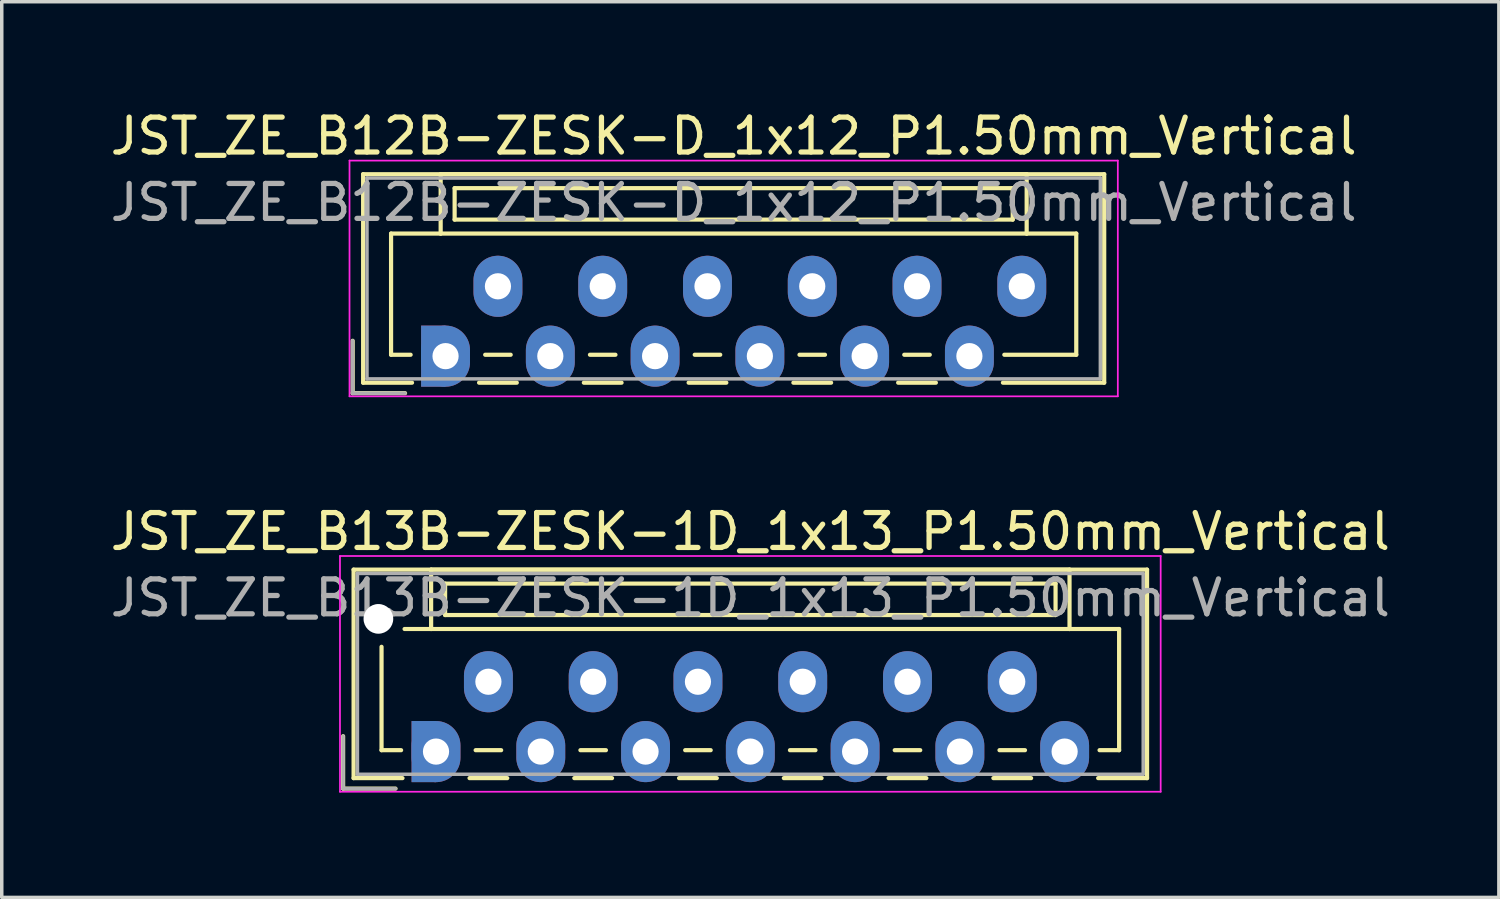
<source format=kicad_pcb>
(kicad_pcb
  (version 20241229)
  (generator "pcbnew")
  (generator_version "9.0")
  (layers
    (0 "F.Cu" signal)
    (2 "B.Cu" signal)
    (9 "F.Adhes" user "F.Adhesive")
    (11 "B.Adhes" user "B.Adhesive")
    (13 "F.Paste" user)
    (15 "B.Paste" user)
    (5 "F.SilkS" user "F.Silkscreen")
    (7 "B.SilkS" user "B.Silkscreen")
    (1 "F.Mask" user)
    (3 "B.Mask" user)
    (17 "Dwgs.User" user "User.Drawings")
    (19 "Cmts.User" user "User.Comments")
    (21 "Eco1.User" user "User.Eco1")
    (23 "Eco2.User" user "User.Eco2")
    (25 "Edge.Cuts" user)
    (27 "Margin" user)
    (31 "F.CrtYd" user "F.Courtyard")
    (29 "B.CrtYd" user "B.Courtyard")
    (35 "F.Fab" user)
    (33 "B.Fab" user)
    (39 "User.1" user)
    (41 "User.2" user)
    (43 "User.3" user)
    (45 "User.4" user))
  (footprint "JST_ZE_B13B-ZESK-1D_1x13_P1.50mm_Vertical"
    (layer "F.Cu")
    (at 9.435 18.471)
    (property "Reference" "JST_ZE_B13B-ZESK-1D_1x13_P1.50mm_Vertical" (at 9 -6.3 0) (layer "F.SilkS") (effects (font (size 1 1) (thickness 0.15))))
    (attr through_hole)
    (fp_line (start -2.66 -0.44) (end -2.66 1.06) (stroke (width 0.12) (type solid)) (layer "F.SilkS"))
    (fp_line (start -2.66 1.06) (end -1.16 1.06) (stroke (width 0.12) (type solid)) (layer "F.SilkS"))
    (fp_line (start -2.36 -5.21) (end 20.36 -5.21) (stroke (width 0.12) (type solid)) (layer "F.SilkS"))
    (fp_line (start -2.36 0.76) (end -2.36 -5.21) (stroke (width 0.12) (type solid)) (layer "F.SilkS"))
    (fp_line (start -1.56 -3) (end -1.56 -0.04) (stroke (width 0.12) (type solid)) (layer "F.SilkS"))
    (fp_line (start -1.56 -0.04) (end -1 -0.04) (stroke (width 0.12) (type solid)) (layer "F.SilkS"))
    (fp_line (start -0.96 0.76) (end -2.36 0.76) (stroke (width 0.12) (type solid)) (layer "F.SilkS"))
    (fp_line (start -0.14 -5.21) (end -0.14 -3.51) (stroke (width 0.12) (type solid)) (layer "F.SilkS"))
    (fp_line (start -0.14 -3.51) (end -0.9 -3.51) (stroke (width 0.12) (type solid)) (layer "F.SilkS"))
    (fp_line (start -0.14 -3.51) (end 18.14 -3.51) (stroke (width 0.12) (type solid)) (layer "F.SilkS"))
    (fp_line (start 0.26 -4.81) (end 0.26 -3.91) (stroke (width 0.12) (type solid)) (layer "F.SilkS"))
    (fp_line (start 0.26 -3.91) (end 17.74 -3.91) (stroke (width 0.12) (type solid)) (layer "F.SilkS"))
    (fp_line (start 0.96 0.76) (end 2.04 0.76) (stroke (width 0.12) (type solid)) (layer "F.SilkS"))
    (fp_line (start 1.135 -0.04) (end 1.865 -0.04) (stroke (width 0.12) (type solid)) (layer "F.SilkS"))
    (fp_line (start 3.96 0.76) (end 5.04 0.76) (stroke (width 0.12) (type solid)) (layer "F.SilkS"))
    (fp_line (start 4.135 -0.04) (end 4.865 -0.04) (stroke (width 0.12) (type solid)) (layer "F.SilkS"))
    (fp_line (start 6.96 0.76) (end 8.04 0.76) (stroke (width 0.12) (type solid)) (layer "F.SilkS"))
    (fp_line (start 7.135 -0.04) (end 7.865 -0.04) (stroke (width 0.12) (type solid)) (layer "F.SilkS"))
    (fp_line (start 9.96 0.76) (end 11.04 0.76) (stroke (width 0.12) (type solid)) (layer "F.SilkS"))
    (fp_line (start 10.135 -0.04) (end 10.865 -0.04) (stroke (width 0.12) (type solid)) (layer "F.SilkS"))
    (fp_line (start 12.96 0.76) (end 14.04 0.76) (stroke (width 0.12) (type solid)) (layer "F.SilkS"))
    (fp_line (start 13.135 -0.04) (end 13.865 -0.04) (stroke (width 0.12) (type solid)) (layer "F.SilkS"))
    (fp_line (start 15.96 0.76) (end 17.04 0.76) (stroke (width 0.12) (type solid)) (layer "F.SilkS"))
    (fp_line (start 16.135 -0.04) (end 16.865 -0.04) (stroke (width 0.12) (type solid)) (layer "F.SilkS"))
    (fp_line (start 17.74 -4.81) (end 0.26 -4.81) (stroke (width 0.12) (type solid)) (layer "F.SilkS"))
    (fp_line (start 17.74 -3.91) (end 17.74 -4.81) (stroke (width 0.12) (type solid)) (layer "F.SilkS"))
    (fp_line (start 18.14 -5.21) (end -0.14 -5.21) (stroke (width 0.12) (type solid)) (layer "F.SilkS"))
    (fp_line (start 18.14 -3.51) (end 18.14 -5.21) (stroke (width 0.12) (type solid)) (layer "F.SilkS"))
    (fp_line (start 18.14 -3.51) (end 19.56 -3.51) (stroke (width 0.12) (type solid)) (layer "F.SilkS"))
    (fp_line (start 19.56 -3.51) (end 19.56 -0.04) (stroke (width 0.12) (type solid)) (layer "F.SilkS"))
    (fp_line (start 19.56 -0.04) (end 19 -0.04) (stroke (width 0.12) (type solid)) (layer "F.SilkS"))
    (fp_line (start 20.36 -5.21) (end 20.36 0.76) (stroke (width 0.12) (type solid)) (layer "F.SilkS"))
    (fp_line (start 20.36 0.76) (end 18.96 0.76) (stroke (width 0.12) (type solid)) (layer "F.SilkS"))
    (fp_line (start -2.75 -5.6) (end -2.75 1.15) (stroke (width 0.05) (type solid)) (layer "F.CrtYd"))
    (fp_line (start -2.75 1.15) (end 20.75 1.15) (stroke (width 0.05) (type solid)) (layer "F.CrtYd"))
    (fp_line (start 20.75 -5.6) (end -2.75 -5.6) (stroke (width 0.05) (type solid)) (layer "F.CrtYd"))
    (fp_line (start 20.75 1.15) (end 20.75 -5.6) (stroke (width 0.05) (type solid)) (layer "F.CrtYd"))
    (fp_line (start -2.66 -0.44) (end -2.66 1.06) (stroke (width 0.1) (type solid)) (layer "F.Fab"))
    (fp_line (start -2.66 1.06) (end -1.16 1.06) (stroke (width 0.1) (type solid)) (layer "F.Fab"))
    (fp_line (start -2.25 -5.1) (end -2.25 0.65) (stroke (width 0.1) (type solid)) (layer "F.Fab"))
    (fp_line (start -2.25 0.65) (end 20.25 0.65) (stroke (width 0.1) (type solid)) (layer "F.Fab"))
    (fp_line (start 20.25 -5.1) (end -2.25 -5.1) (stroke (width 0.1) (type solid)) (layer "F.Fab"))
    (fp_line (start 20.25 0.65) (end 20.25 -5.1) (stroke (width 0.1) (type solid)) (layer "F.Fab"))
    (fp_text user "${REFERENCE}" (at 9 -4.4 0) (layer "F.Fab") (effects (font (size 1 1) (thickness 0.15))))
    (pad "" np_thru_hole circle (at -1.65 -3.8) (size 0.85 0.85) (drill 0.85) (layers "*.Cu" "*.Mask"))
    (pad "1" smd rect (at -0.35 0) (size 0.7 1.75) (layers "F.Cu" "F.Mask"))
    (pad "1" smd rect (at -0.35 0) (size 0.7 1.75) (layers "B.Cu" "B.Mask"))
    (pad "1" thru_hole oval (at 0 0) (size 1.4 1.75) (drill 0.75) (layers "*.Cu" "*.Mask"))
    (pad "2" thru_hole oval (at 1.5 -2) (size 1.4 1.75) (drill 0.75) (layers "*.Cu" "*.Mask"))
    (pad "3" thru_hole oval (at 3 0) (size 1.4 1.75) (drill 0.75) (layers "*.Cu" "*.Mask"))
    (pad "4" thru_hole oval (at 4.5 -2) (size 1.4 1.75) (drill 0.75) (layers "*.Cu" "*.Mask"))
    (pad "5" thru_hole oval (at 6 0) (size 1.4 1.75) (drill 0.75) (layers "*.Cu" "*.Mask"))
    (pad "6" thru_hole oval (at 7.5 -2) (size 1.4 1.75) (drill 0.75) (layers "*.Cu" "*.Mask"))
    (pad "7" thru_hole oval (at 9 0) (size 1.4 1.75) (drill 0.75) (layers "*.Cu" "*.Mask"))
    (pad "8" thru_hole oval (at 10.5 -2) (size 1.4 1.75) (drill 0.75) (layers "*.Cu" "*.Mask"))
    (pad "9" thru_hole oval (at 12 0) (size 1.4 1.75) (drill 0.75) (layers "*.Cu" "*.Mask"))
    (pad "10" thru_hole oval (at 13.5 -2) (size 1.4 1.75) (drill 0.75) (layers "*.Cu" "*.Mask"))
    (pad "11" thru_hole oval (at 15 0) (size 1.4 1.75) (drill 0.75) (layers "*.Cu" "*.Mask"))
    (pad "12" thru_hole oval (at 16.5 -2) (size 1.4 1.75) (drill 0.75) (layers "*.Cu" "*.Mask"))
    (pad "13" thru_hole oval (at 18 0) (size 1.4 1.75) (drill 0.75) (layers "*.Cu" "*.Mask")))
  (footprint "JST_ZE_B12B-ZESK-D_1x12_P1.50mm_Vertical"
    (layer "F.Cu")
    (at 9.708 7.148)
    (property "Reference" "JST_ZE_B12B-ZESK-D_1x12_P1.50mm_Vertical" (at 8.25 -6.3 0) (layer "F.SilkS") (effects (font (size 1 1) (thickness 0.15))))
    (attr through_hole)
    (fp_line (start -2.66 -0.44) (end -2.66 1.06) (stroke (width 0.12) (type solid)) (layer "F.SilkS"))
    (fp_line (start -2.66 1.06) (end -1.16 1.06) (stroke (width 0.12) (type solid)) (layer "F.SilkS"))
    (fp_line (start -2.36 -5.21) (end 18.86 -5.21) (stroke (width 0.12) (type solid)) (layer "F.SilkS"))
    (fp_line (start -2.36 0.76) (end -2.36 -5.21) (stroke (width 0.12) (type solid)) (layer "F.SilkS"))
    (fp_line (start -1.56 -3.51) (end -1.56 -0.04) (stroke (width 0.12) (type solid)) (layer "F.SilkS"))
    (fp_line (start -1.56 -0.04) (end -1 -0.04) (stroke (width 0.12) (type solid)) (layer "F.SilkS"))
    (fp_line (start -0.96 0.76) (end -2.36 0.76) (stroke (width 0.12) (type solid)) (layer "F.SilkS"))
    (fp_line (start -0.14 -5.21) (end -0.14 -3.51) (stroke (width 0.12) (type solid)) (layer "F.SilkS"))
    (fp_line (start -0.14 -3.51) (end -1.56 -3.51) (stroke (width 0.12) (type solid)) (layer "F.SilkS"))
    (fp_line (start -0.14 -3.51) (end 16.64 -3.51) (stroke (width 0.12) (type solid)) (layer "F.SilkS"))
    (fp_line (start 0.26 -4.81) (end 0.26 -3.91) (stroke (width 0.12) (type solid)) (layer "F.SilkS"))
    (fp_line (start 0.26 -3.91) (end 16.24 -3.91) (stroke (width 0.12) (type solid)) (layer "F.SilkS"))
    (fp_line (start 0.96 0.76) (end 2.04 0.76) (stroke (width 0.12) (type solid)) (layer "F.SilkS"))
    (fp_line (start 1.135 -0.04) (end 1.865 -0.04) (stroke (width 0.12) (type solid)) (layer "F.SilkS"))
    (fp_line (start 3.96 0.76) (end 5.04 0.76) (stroke (width 0.12) (type solid)) (layer "F.SilkS"))
    (fp_line (start 4.135 -0.04) (end 4.865 -0.04) (stroke (width 0.12) (type solid)) (layer "F.SilkS"))
    (fp_line (start 6.96 0.76) (end 8.04 0.76) (stroke (width 0.12) (type solid)) (layer "F.SilkS"))
    (fp_line (start 7.135 -0.04) (end 7.865 -0.04) (stroke (width 0.12) (type solid)) (layer "F.SilkS"))
    (fp_line (start 9.96 0.76) (end 11.04 0.76) (stroke (width 0.12) (type solid)) (layer "F.SilkS"))
    (fp_line (start 10.135 -0.04) (end 10.865 -0.04) (stroke (width 0.12) (type solid)) (layer "F.SilkS"))
    (fp_line (start 12.96 0.76) (end 14.04 0.76) (stroke (width 0.12) (type solid)) (layer "F.SilkS"))
    (fp_line (start 13.135 -0.04) (end 13.865 -0.04) (stroke (width 0.12) (type solid)) (layer "F.SilkS"))
    (fp_line (start 16.24 -4.81) (end 0.26 -4.81) (stroke (width 0.12) (type solid)) (layer "F.SilkS"))
    (fp_line (start 16.24 -3.91) (end 16.24 -4.81) (stroke (width 0.12) (type solid)) (layer "F.SilkS"))
    (fp_line (start 16.64 -5.21) (end -0.14 -5.21) (stroke (width 0.12) (type solid)) (layer "F.SilkS"))
    (fp_line (start 16.64 -3.51) (end 16.64 -5.21) (stroke (width 0.12) (type solid)) (layer "F.SilkS"))
    (fp_line (start 16.64 -3.51) (end 18.06 -3.51) (stroke (width 0.12) (type solid)) (layer "F.SilkS"))
    (fp_line (start 18.06 -3.51) (end 18.06 -0.04) (stroke (width 0.12) (type solid)) (layer "F.SilkS"))
    (fp_line (start 18.06 -0.04) (end 16 -0.04) (stroke (width 0.12) (type solid)) (layer "F.SilkS"))
    (fp_line (start 18.86 -5.21) (end 18.86 0.76) (stroke (width 0.12) (type solid)) (layer "F.SilkS"))
    (fp_line (start 18.86 0.76) (end 15.96 0.76) (stroke (width 0.12) (type solid)) (layer "F.SilkS"))
    (fp_line (start -2.75 -5.6) (end -2.75 1.15) (stroke (width 0.05) (type solid)) (layer "F.CrtYd"))
    (fp_line (start -2.75 1.15) (end 19.25 1.15) (stroke (width 0.05) (type solid)) (layer "F.CrtYd"))
    (fp_line (start 19.25 -5.6) (end -2.75 -5.6) (stroke (width 0.05) (type solid)) (layer "F.CrtYd"))
    (fp_line (start 19.25 1.15) (end 19.25 -5.6) (stroke (width 0.05) (type solid)) (layer "F.CrtYd"))
    (fp_line (start -2.66 -0.44) (end -2.66 1.06) (stroke (width 0.1) (type solid)) (layer "F.Fab"))
    (fp_line (start -2.66 1.06) (end -1.16 1.06) (stroke (width 0.1) (type solid)) (layer "F.Fab"))
    (fp_line (start -2.25 -5.1) (end -2.25 0.65) (stroke (width 0.1) (type solid)) (layer "F.Fab"))
    (fp_line (start -2.25 0.65) (end 18.75 0.65) (stroke (width 0.1) (type solid)) (layer "F.Fab"))
    (fp_line (start 18.75 -5.1) (end -2.25 -5.1) (stroke (width 0.1) (type solid)) (layer "F.Fab"))
    (fp_line (start 18.75 0.65) (end 18.75 -5.1) (stroke (width 0.1) (type solid)) (layer "F.Fab"))
    (fp_text user "${REFERENCE}" (at 8.25 -4.4 0) (layer "F.Fab") (effects (font (size 1 1) (thickness 0.15))))
    (pad "1" smd rect (at -0.35 0) (size 0.7 1.75) (layers "F.Cu" "F.Mask"))
    (pad "1" smd rect (at -0.35 0) (size 0.7 1.75) (layers "B.Cu" "B.Mask"))
    (pad "1" thru_hole oval (at 0 0) (size 1.4 1.75) (drill 0.75) (layers "*.Cu" "*.Mask"))
    (pad "2" thru_hole oval (at 1.5 -2) (size 1.4 1.75) (drill 0.75) (layers "*.Cu" "*.Mask"))
    (pad "3" thru_hole oval (at 3 0) (size 1.4 1.75) (drill 0.75) (layers "*.Cu" "*.Mask"))
    (pad "4" thru_hole oval (at 4.5 -2) (size 1.4 1.75) (drill 0.75) (layers "*.Cu" "*.Mask"))
    (pad "5" thru_hole oval (at 6 0) (size 1.4 1.75) (drill 0.75) (layers "*.Cu" "*.Mask"))
    (pad "6" thru_hole oval (at 7.5 -2) (size 1.4 1.75) (drill 0.75) (layers "*.Cu" "*.Mask"))
    (pad "7" thru_hole oval (at 9 0) (size 1.4 1.75) (drill 0.75) (layers "*.Cu" "*.Mask"))
    (pad "8" thru_hole oval (at 10.5 -2) (size 1.4 1.75) (drill 0.75) (layers "*.Cu" "*.Mask"))
    (pad "9" thru_hole oval (at 12 0) (size 1.4 1.75) (drill 0.75) (layers "*.Cu" "*.Mask"))
    (pad "10" thru_hole oval (at 13.5 -2) (size 1.4 1.75) (drill 0.75) (layers "*.Cu" "*.Mask"))
    (pad "11" thru_hole oval (at 15 0) (size 1.4 1.75) (drill 0.75) (layers "*.Cu" "*.Mask"))
    (pad "12" thru_hole oval (at 16.5 -2) (size 1.4 1.75) (drill 0.75) (layers "*.Cu" "*.Mask")))
  (gr_rect
    (start -3 -3)
    (end 39.869 22.646)
    (stroke (width 0.1) (type default))
    (fill no)
    (layer "Edge.Cuts")))
</source>
